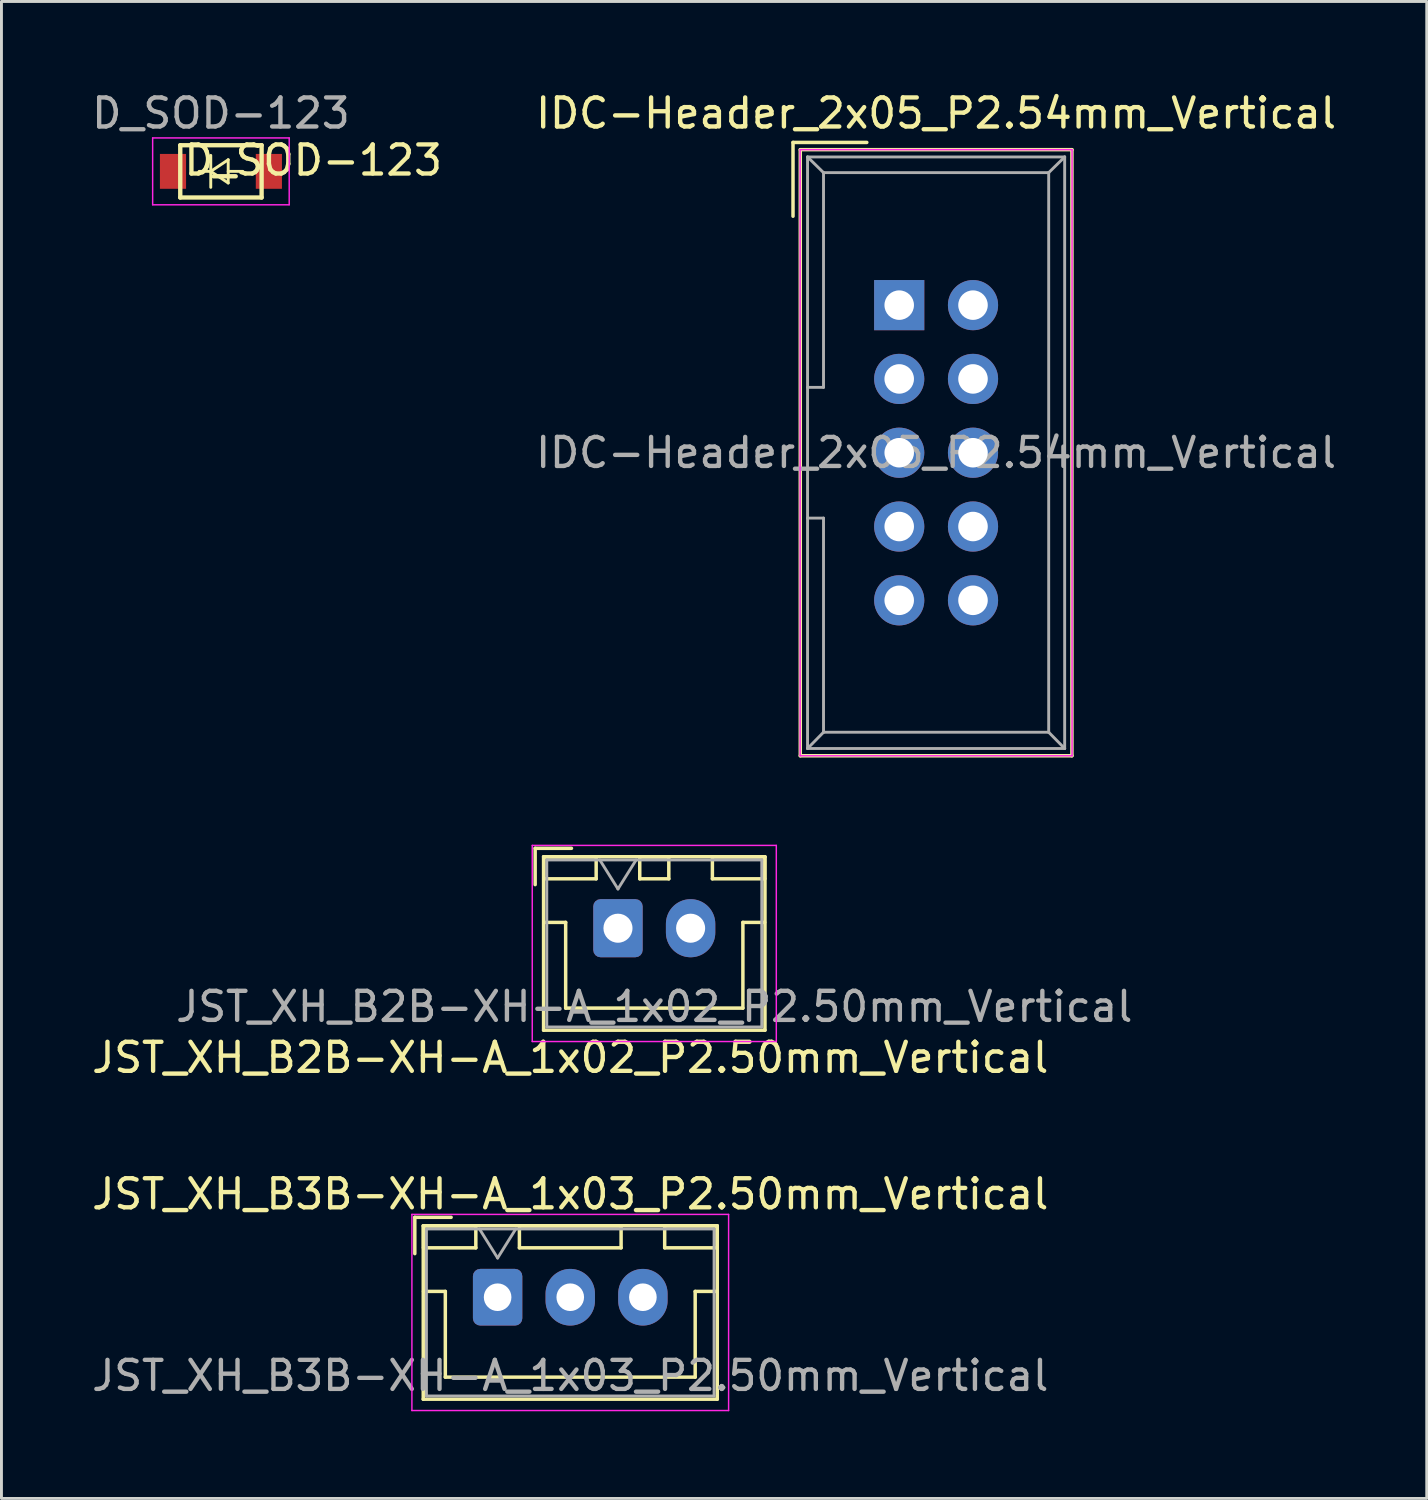
<source format=kicad_pcb>
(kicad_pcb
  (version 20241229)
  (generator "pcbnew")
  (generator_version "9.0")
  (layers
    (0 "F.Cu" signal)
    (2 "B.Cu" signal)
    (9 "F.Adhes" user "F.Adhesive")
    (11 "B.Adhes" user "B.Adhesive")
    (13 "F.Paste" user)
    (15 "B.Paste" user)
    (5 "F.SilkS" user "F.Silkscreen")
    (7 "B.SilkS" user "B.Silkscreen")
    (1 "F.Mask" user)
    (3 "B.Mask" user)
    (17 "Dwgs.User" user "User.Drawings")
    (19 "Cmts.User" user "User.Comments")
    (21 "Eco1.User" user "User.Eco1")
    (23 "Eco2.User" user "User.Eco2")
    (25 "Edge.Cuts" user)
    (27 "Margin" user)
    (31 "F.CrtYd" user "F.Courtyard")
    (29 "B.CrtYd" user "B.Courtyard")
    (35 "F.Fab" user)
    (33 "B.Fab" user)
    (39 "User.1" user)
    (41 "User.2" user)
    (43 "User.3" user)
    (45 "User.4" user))
  (footprint "JST_XH_B3B-XH-A_1x03_P2.50mm_Vertical"
    (layer "F.Cu")
    (at 14.077 41.598)
    (property "Reference" "JST_XH_B3B-XH-A_1x03_P2.50mm_Vertical" (at 2.5 -3.55 0) (layer "F.SilkS") (effects (font (size 1 1) (thickness 0.15))))
    (attr through_hole)
    (fp_line (start -2.85 -2.75) (end -2.85 -1.5) (stroke (width 0.12) (type solid)) (layer "F.SilkS"))
    (fp_line (start -2.56 -2.46) (end -2.56 3.51) (stroke (width 0.12) (type solid)) (layer "F.SilkS"))
    (fp_line (start -2.56 3.51) (end 7.56 3.51) (stroke (width 0.12) (type solid)) (layer "F.SilkS"))
    (fp_line (start -2.55 -2.45) (end -2.55 -1.7) (stroke (width 0.12) (type solid)) (layer "F.SilkS"))
    (fp_line (start -2.55 -1.7) (end -0.75 -1.7) (stroke (width 0.12) (type solid)) (layer "F.SilkS"))
    (fp_line (start -2.55 -0.2) (end -1.8 -0.2) (stroke (width 0.12) (type solid)) (layer "F.SilkS"))
    (fp_line (start -1.8 -0.2) (end -1.8 2.75) (stroke (width 0.12) (type solid)) (layer "F.SilkS"))
    (fp_line (start -1.8 2.75) (end 2.5 2.75) (stroke (width 0.12) (type solid)) (layer "F.SilkS"))
    (fp_line (start -1.6 -2.75) (end -2.85 -2.75) (stroke (width 0.12) (type solid)) (layer "F.SilkS"))
    (fp_line (start -0.75 -2.45) (end -2.55 -2.45) (stroke (width 0.12) (type solid)) (layer "F.SilkS"))
    (fp_line (start -0.75 -1.7) (end -0.75 -2.45) (stroke (width 0.12) (type solid)) (layer "F.SilkS"))
    (fp_line (start 0.75 -2.45) (end 0.75 -1.7) (stroke (width 0.12) (type solid)) (layer "F.SilkS"))
    (fp_line (start 0.75 -1.7) (end 4.25 -1.7) (stroke (width 0.12) (type solid)) (layer "F.SilkS"))
    (fp_line (start 4.25 -2.45) (end 0.75 -2.45) (stroke (width 0.12) (type solid)) (layer "F.SilkS"))
    (fp_line (start 4.25 -1.7) (end 4.25 -2.45) (stroke (width 0.12) (type solid)) (layer "F.SilkS"))
    (fp_line (start 5.75 -2.45) (end 5.75 -1.7) (stroke (width 0.12) (type solid)) (layer "F.SilkS"))
    (fp_line (start 5.75 -1.7) (end 7.55 -1.7) (stroke (width 0.12) (type solid)) (layer "F.SilkS"))
    (fp_line (start 6.8 -0.2) (end 6.8 2.75) (stroke (width 0.12) (type solid)) (layer "F.SilkS"))
    (fp_line (start 6.8 2.75) (end 2.5 2.75) (stroke (width 0.12) (type solid)) (layer "F.SilkS"))
    (fp_line (start 7.55 -2.45) (end 5.75 -2.45) (stroke (width 0.12) (type solid)) (layer "F.SilkS"))
    (fp_line (start 7.55 -1.7) (end 7.55 -2.45) (stroke (width 0.12) (type solid)) (layer "F.SilkS"))
    (fp_line (start 7.55 -0.2) (end 6.8 -0.2) (stroke (width 0.12) (type solid)) (layer "F.SilkS"))
    (fp_line (start 7.56 -2.46) (end -2.56 -2.46) (stroke (width 0.12) (type solid)) (layer "F.SilkS"))
    (fp_line (start 7.56 3.51) (end 7.56 -2.46) (stroke (width 0.12) (type solid)) (layer "F.SilkS"))
    (fp_line (start -2.95 -2.85) (end -2.95 3.9) (stroke (width 0.05) (type solid)) (layer "F.CrtYd"))
    (fp_line (start -2.95 3.9) (end 7.95 3.9) (stroke (width 0.05) (type solid)) (layer "F.CrtYd"))
    (fp_line (start 7.95 -2.85) (end -2.95 -2.85) (stroke (width 0.05) (type solid)) (layer "F.CrtYd"))
    (fp_line (start 7.95 3.9) (end 7.95 -2.85) (stroke (width 0.05) (type solid)) (layer "F.CrtYd"))
    (fp_line (start -2.45 -2.35) (end -2.45 3.4) (stroke (width 0.1) (type solid)) (layer "F.Fab"))
    (fp_line (start -2.45 3.4) (end 7.45 3.4) (stroke (width 0.1) (type solid)) (layer "F.Fab"))
    (fp_line (start -0.625 -2.35) (end 0 -1.35) (stroke (width 0.1) (type solid)) (layer "F.Fab"))
    (fp_line (start 0 -1.35) (end 0.625 -2.35) (stroke (width 0.1) (type solid)) (layer "F.Fab"))
    (fp_line (start 7.45 -2.35) (end -2.45 -2.35) (stroke (width 0.1) (type solid)) (layer "F.Fab"))
    (fp_line (start 7.45 3.4) (end 7.45 -2.35) (stroke (width 0.1) (type solid)) (layer "F.Fab"))
    (fp_text user "${REFERENCE}" (at 2.5 2.7 0) (layer "F.Fab") (effects (font (size 1 1) (thickness 0.15))))
    (pad "1" thru_hole roundrect (at 0 0) (size 1.7 1.95) (drill 0.95) (layers "*.Cu" "*.Mask") (roundrect_rratio 0.147))
    (pad "2" thru_hole oval (at 2.5 0) (size 1.7 1.95) (drill 0.95) (layers "*.Cu" "*.Mask"))
    (pad "3" thru_hole oval (at 5 0) (size 1.7 1.95) (drill 0.95) (layers "*.Cu" "*.Mask")))
  (footprint "IDC-Header_2x05_P2.54mm_Vertical"
    (layer "F.Cu")
    (at 27.899 7.452)
    (property "Reference" "IDC-Header_2x05_P2.54mm_Vertical" (at 1.27 -6.604 0) (layer "F.SilkS") (effects (font (size 1 1) (thickness 0.15))))
    (attr through_hole)
    (fp_line (start -3.655 -5.6) (end -3.655 -3.06) (stroke (width 0.12) (type solid)) (layer "F.SilkS"))
    (fp_line (start -3.655 -5.6) (end -1.115 -5.6) (stroke (width 0.12) (type solid)) (layer "F.SilkS"))
    (fp_line (start -3.405 -5.35) (end 5.945 -5.35) (stroke (width 0.12) (type solid)) (layer "F.SilkS"))
    (fp_line (start -3.405 15.51) (end -3.405 -5.35) (stroke (width 0.12) (type solid)) (layer "F.SilkS"))
    (fp_line (start 5.945 -5.35) (end 5.945 15.51) (stroke (width 0.12) (type solid)) (layer "F.SilkS"))
    (fp_line (start 5.945 15.51) (end -3.405 15.51) (stroke (width 0.12) (type solid)) (layer "F.SilkS"))
    (fp_line (start -3.41 -5.35) (end 5.95 -5.35) (stroke (width 0.05) (type solid)) (layer "F.CrtYd"))
    (fp_line (start -3.41 15.51) (end -3.41 -5.35) (stroke (width 0.05) (type solid)) (layer "F.CrtYd"))
    (fp_line (start 5.95 -5.35) (end 5.95 15.51) (stroke (width 0.05) (type solid)) (layer "F.CrtYd"))
    (fp_line (start 5.95 15.51) (end -3.41 15.51) (stroke (width 0.05) (type solid)) (layer "F.CrtYd"))
    (fp_line (start -3.155 -5.1) (end -3.155 15.26) (stroke (width 0.1) (type solid)) (layer "F.Fab"))
    (fp_line (start -3.155 -5.1) (end -2.605 -4.56) (stroke (width 0.1) (type solid)) (layer "F.Fab"))
    (fp_line (start -3.155 15.26) (end -2.605 14.7) (stroke (width 0.1) (type solid)) (layer "F.Fab"))
    (fp_line (start -2.605 -4.56) (end -2.605 2.83) (stroke (width 0.1) (type solid)) (layer "F.Fab"))
    (fp_line (start -2.605 2.83) (end -3.155 2.83) (stroke (width 0.1) (type solid)) (layer "F.Fab"))
    (fp_line (start -2.605 7.33) (end -3.155 7.33) (stroke (width 0.1) (type solid)) (layer "F.Fab"))
    (fp_line (start -2.605 7.33) (end -2.605 14.7) (stroke (width 0.1) (type solid)) (layer "F.Fab"))
    (fp_line (start 5.145 -4.56) (end -2.605 -4.56) (stroke (width 0.1) (type solid)) (layer "F.Fab"))
    (fp_line (start 5.145 -4.56) (end 5.145 14.7) (stroke (width 0.1) (type solid)) (layer "F.Fab"))
    (fp_line (start 5.145 14.7) (end -2.605 14.7) (stroke (width 0.1) (type solid)) (layer "F.Fab"))
    (fp_line (start 5.695 -5.1) (end -3.155 -5.1) (stroke (width 0.1) (type solid)) (layer "F.Fab"))
    (fp_line (start 5.695 -5.1) (end 5.145 -4.56) (stroke (width 0.1) (type solid)) (layer "F.Fab"))
    (fp_line (start 5.695 -5.1) (end 5.695 15.26) (stroke (width 0.1) (type solid)) (layer "F.Fab"))
    (fp_line (start 5.695 15.26) (end -3.155 15.26) (stroke (width 0.1) (type solid)) (layer "F.Fab"))
    (fp_line (start 5.695 15.26) (end 5.145 14.7) (stroke (width 0.1) (type solid)) (layer "F.Fab"))
    (fp_text user "${REFERENCE}" (at 1.27 5.08 0) (layer "F.Fab") (effects (font (size 1 1) (thickness 0.15))))
    (pad "1" thru_hole rect (at 0 0) (size 1.727 1.727) (drill 1.016) (layers "*.Cu" "*.Mask"))
    (pad "2" thru_hole oval (at 2.54 0) (size 1.727 1.727) (drill 1.016) (layers "*.Cu" "*.Mask"))
    (pad "3" thru_hole oval (at 0 2.54) (size 1.727 1.727) (drill 1.016) (layers "*.Cu" "*.Mask"))
    (pad "4" thru_hole oval (at 2.54 2.54) (size 1.727 1.727) (drill 1.016) (layers "*.Cu" "*.Mask"))
    (pad "5" thru_hole oval (at 0 5.08) (size 1.727 1.727) (drill 1.016) (layers "*.Cu" "*.Mask"))
    (pad "6" thru_hole oval (at 2.54 5.08) (size 1.727 1.727) (drill 1.016) (layers "*.Cu" "*.Mask"))
    (pad "7" thru_hole oval (at 0 7.62) (size 1.727 1.727) (drill 1.016) (layers "*.Cu" "*.Mask"))
    (pad "8" thru_hole oval (at 2.54 7.62) (size 1.727 1.727) (drill 1.016) (layers "*.Cu" "*.Mask"))
    (pad "9" thru_hole oval (at 0 10.16) (size 1.727 1.727) (drill 1.016) (layers "*.Cu" "*.Mask"))
    (pad "10" thru_hole oval (at 2.54 10.16) (size 1.727 1.727) (drill 1.016) (layers "*.Cu" "*.Mask")))
  (footprint "D_SOD-123"
    (layer "F.Cu")
    (at 4.554 2.848)
    (property "Reference" "D_SOD-123" (at 3.175 -0.381 180) (layer "F.SilkS") (effects (font (size 1 1) (thickness 0.15))))
    (attr smd)
    (fp_line (start -1.4 -0.9) (end 1.4 -0.9) (stroke (width 0.15) (type solid)) (layer "F.SilkS"))
    (fp_line (start -1.4 0.9) (end -1.4 -0.9) (stroke (width 0.15) (type solid)) (layer "F.SilkS"))
    (fp_line (start -0.75 0) (end -0.35 0) (stroke (width 0.1) (type solid)) (layer "F.SilkS"))
    (fp_line (start -0.35 0) (end -0.35 -0.55) (stroke (width 0.1) (type solid)) (layer "F.SilkS"))
    (fp_line (start -0.35 0) (end -0.35 0.55) (stroke (width 0.1) (type solid)) (layer "F.SilkS"))
    (fp_line (start -0.35 0) (end 0.25 -0.4) (stroke (width 0.1) (type solid)) (layer "F.SilkS"))
    (fp_line (start 0.25 -0.4) (end 0.25 0.4) (stroke (width 0.1) (type solid)) (layer "F.SilkS"))
    (fp_line (start 0.25 0) (end 0.75 0) (stroke (width 0.1) (type solid)) (layer "F.SilkS"))
    (fp_line (start 0.25 0.4) (end -0.35 0) (stroke (width 0.1) (type solid)) (layer "F.SilkS"))
    (fp_line (start 1.4 -0.9) (end 1.4 0.9) (stroke (width 0.15) (type solid)) (layer "F.SilkS"))
    (fp_line (start 1.4 0.9) (end -1.4 0.9) (stroke (width 0.15) (type solid)) (layer "F.SilkS"))
    (fp_line (start -2.35 -1.15) (end -2.35 1.15) (stroke (width 0.05) (type solid)) (layer "F.CrtYd"))
    (fp_line (start -2.35 -1.15) (end 2.35 -1.15) (stroke (width 0.05) (type solid)) (layer "F.CrtYd"))
    (fp_line (start 2.35 -1.15) (end 2.35 1.15) (stroke (width 0.05) (type solid)) (layer "F.CrtYd"))
    (fp_line (start 2.35 1.15) (end -2.35 1.15) (stroke (width 0.05) (type solid)) (layer "F.CrtYd"))
    (fp_text user "${REFERENCE}" (at 0 -2 180) (layer "F.Fab") (effects (font (size 1 1) (thickness 0.15))))
    (pad "1" smd rect (at -1.65 0) (size 0.9 1.2) (layers "F.Cu" "F.Mask" "F.Paste"))
    (pad "2" smd rect (at 1.65 0) (size 0.9 1.2) (layers "F.Cu" "F.Mask" "F.Paste")))
  (footprint "JST_XH_B2B-XH-A_1x02_P2.50mm_Vertical"
    (layer "F.Cu")
    (at 18.219 28.897)
    (property "Reference" "JST_XH_B2B-XH-A_1x02_P2.50mm_Vertical" (at -1.642 4.454 0) (layer "F.SilkS") (effects (font (size 1 1) (thickness 0.15))))
    (attr through_hole)
    (fp_line (start -2.85 -2.75) (end -2.85 -1.5) (stroke (width 0.12) (type solid)) (layer "F.SilkS"))
    (fp_line (start -2.56 -2.46) (end -2.56 3.51) (stroke (width 0.12) (type solid)) (layer "F.SilkS"))
    (fp_line (start -2.56 3.51) (end 5.06 3.51) (stroke (width 0.12) (type solid)) (layer "F.SilkS"))
    (fp_line (start -2.55 -2.45) (end -2.55 -1.7) (stroke (width 0.12) (type solid)) (layer "F.SilkS"))
    (fp_line (start -2.55 -1.7) (end -0.75 -1.7) (stroke (width 0.12) (type solid)) (layer "F.SilkS"))
    (fp_line (start -2.55 -0.2) (end -1.8 -0.2) (stroke (width 0.12) (type solid)) (layer "F.SilkS"))
    (fp_line (start -1.8 -0.2) (end -1.8 2.75) (stroke (width 0.12) (type solid)) (layer "F.SilkS"))
    (fp_line (start -1.8 2.75) (end 1.25 2.75) (stroke (width 0.12) (type solid)) (layer "F.SilkS"))
    (fp_line (start -1.6 -2.75) (end -2.85 -2.75) (stroke (width 0.12) (type solid)) (layer "F.SilkS"))
    (fp_line (start -0.75 -2.45) (end -2.55 -2.45) (stroke (width 0.12) (type solid)) (layer "F.SilkS"))
    (fp_line (start -0.75 -1.7) (end -0.75 -2.45) (stroke (width 0.12) (type solid)) (layer "F.SilkS"))
    (fp_line (start 0.75 -2.45) (end 0.75 -1.7) (stroke (width 0.12) (type solid)) (layer "F.SilkS"))
    (fp_line (start 0.75 -1.7) (end 1.75 -1.7) (stroke (width 0.12) (type solid)) (layer "F.SilkS"))
    (fp_line (start 1.75 -2.45) (end 0.75 -2.45) (stroke (width 0.12) (type solid)) (layer "F.SilkS"))
    (fp_line (start 1.75 -1.7) (end 1.75 -2.45) (stroke (width 0.12) (type solid)) (layer "F.SilkS"))
    (fp_line (start 3.25 -2.45) (end 3.25 -1.7) (stroke (width 0.12) (type solid)) (layer "F.SilkS"))
    (fp_line (start 3.25 -1.7) (end 5.05 -1.7) (stroke (width 0.12) (type solid)) (layer "F.SilkS"))
    (fp_line (start 4.3 -0.2) (end 4.3 2.75) (stroke (width 0.12) (type solid)) (layer "F.SilkS"))
    (fp_line (start 4.3 2.75) (end 1.25 2.75) (stroke (width 0.12) (type solid)) (layer "F.SilkS"))
    (fp_line (start 5.05 -2.45) (end 3.25 -2.45) (stroke (width 0.12) (type solid)) (layer "F.SilkS"))
    (fp_line (start 5.05 -1.7) (end 5.05 -2.45) (stroke (width 0.12) (type solid)) (layer "F.SilkS"))
    (fp_line (start 5.05 -0.2) (end 4.3 -0.2) (stroke (width 0.12) (type solid)) (layer "F.SilkS"))
    (fp_line (start 5.06 -2.46) (end -2.56 -2.46) (stroke (width 0.12) (type solid)) (layer "F.SilkS"))
    (fp_line (start 5.06 3.51) (end 5.06 -2.46) (stroke (width 0.12) (type solid)) (layer "F.SilkS"))
    (fp_line (start -2.95 -2.85) (end -2.95 3.9) (stroke (width 0.05) (type solid)) (layer "F.CrtYd"))
    (fp_line (start -2.95 3.9) (end 5.45 3.9) (stroke (width 0.05) (type solid)) (layer "F.CrtYd"))
    (fp_line (start 5.45 -2.85) (end -2.95 -2.85) (stroke (width 0.05) (type solid)) (layer "F.CrtYd"))
    (fp_line (start 5.45 3.9) (end 5.45 -2.85) (stroke (width 0.05) (type solid)) (layer "F.CrtYd"))
    (fp_line (start -2.45 -2.35) (end -2.45 3.4) (stroke (width 0.1) (type solid)) (layer "F.Fab"))
    (fp_line (start -2.45 3.4) (end 4.95 3.4) (stroke (width 0.1) (type solid)) (layer "F.Fab"))
    (fp_line (start -0.625 -2.35) (end 0 -1.35) (stroke (width 0.1) (type solid)) (layer "F.Fab"))
    (fp_line (start 0 -1.35) (end 0.625 -2.35) (stroke (width 0.1) (type solid)) (layer "F.Fab"))
    (fp_line (start 4.95 -2.35) (end -2.45 -2.35) (stroke (width 0.1) (type solid)) (layer "F.Fab"))
    (fp_line (start 4.95 3.4) (end 4.95 -2.35) (stroke (width 0.1) (type solid)) (layer "F.Fab"))
    (fp_text user "${REFERENCE}" (at 1.25 2.7 0) (layer "F.Fab") (effects (font (size 1 1) (thickness 0.15))))
    (pad "1" thru_hole roundrect (at 0 0) (size 1.7 2) (drill 1) (layers "*.Cu" "*.Mask") (roundrect_rratio 0.147))
    (pad "2" thru_hole oval (at 2.5 0) (size 1.7 2) (drill 1) (layers "*.Cu" "*.Mask")))
  (gr_rect
    (start -3 -3)
    (end 46.056 48.523)
    (stroke (width 0.1) (type default))
    (fill no)
    (layer "Edge.Cuts")))
</source>
